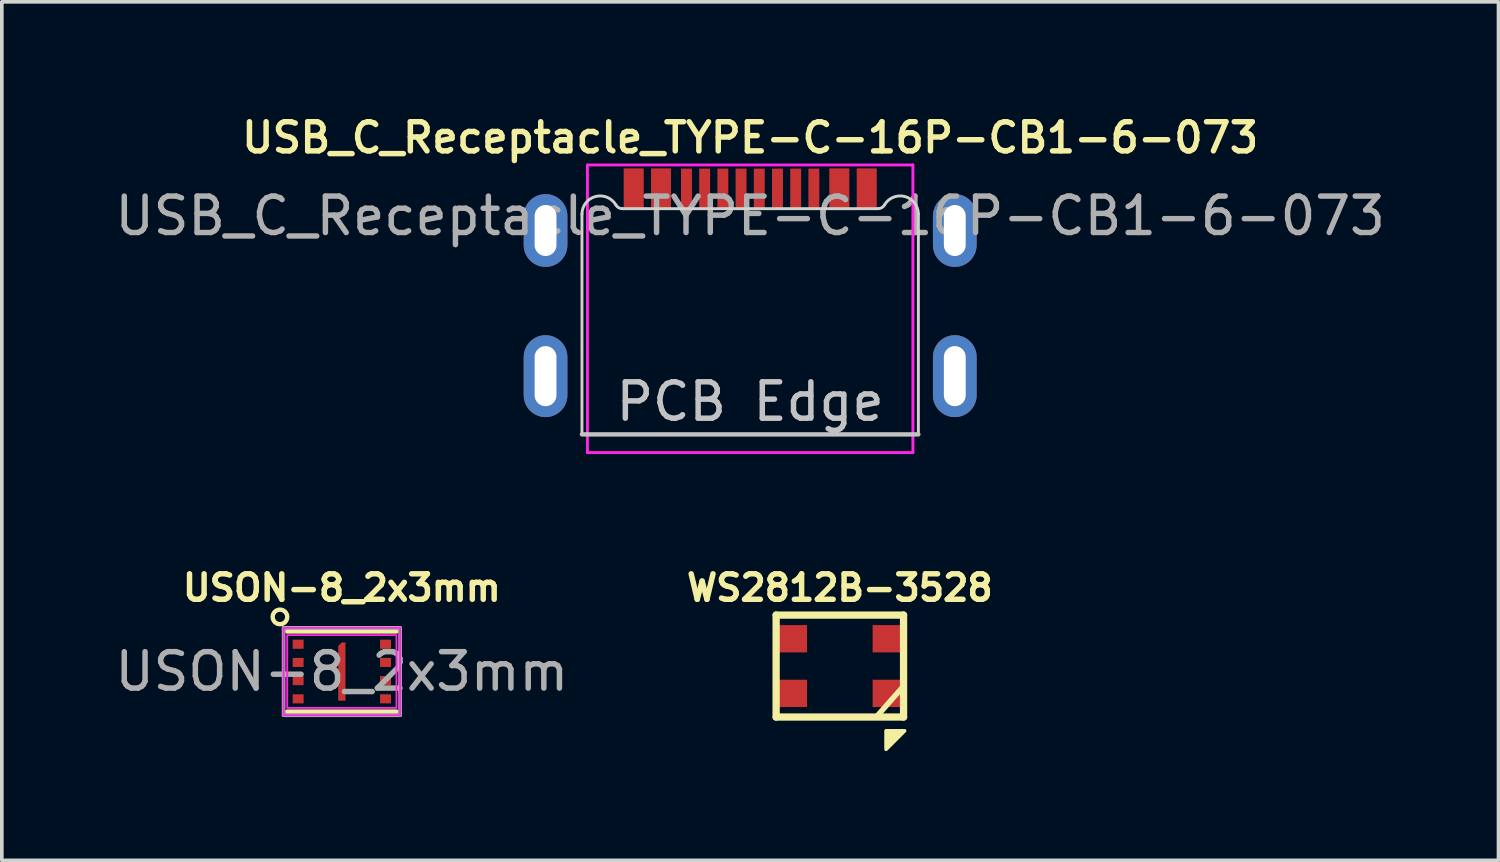
<source format=kicad_pcb>
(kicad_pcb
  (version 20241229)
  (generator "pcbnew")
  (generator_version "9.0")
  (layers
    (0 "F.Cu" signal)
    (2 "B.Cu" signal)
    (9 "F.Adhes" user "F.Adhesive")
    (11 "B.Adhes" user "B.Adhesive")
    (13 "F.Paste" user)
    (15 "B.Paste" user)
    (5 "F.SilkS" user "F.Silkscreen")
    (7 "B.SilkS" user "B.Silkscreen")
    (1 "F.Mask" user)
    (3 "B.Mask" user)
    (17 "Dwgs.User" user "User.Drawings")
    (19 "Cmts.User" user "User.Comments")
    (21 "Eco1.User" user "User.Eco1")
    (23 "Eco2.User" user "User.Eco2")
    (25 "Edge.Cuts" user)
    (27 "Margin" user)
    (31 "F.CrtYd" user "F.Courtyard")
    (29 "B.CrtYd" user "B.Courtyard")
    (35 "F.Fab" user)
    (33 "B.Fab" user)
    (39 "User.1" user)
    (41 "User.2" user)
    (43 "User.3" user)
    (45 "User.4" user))
  (footprint "WS2812B-3528"
    (layer "F.Cu")
    (at 20.017 15.244)
    (property "Reference" "WS2812B-3528" (at 0 -2.15 0) (layer "F.SilkS") (effects (font (size 0.7 0.7) (thickness 0.15) (bold yes))))
    (attr smd)
    (fp_line (start -1.75 -1.4) (end -1.75 1.4) (stroke (width 0.2) (type default)) (layer "F.SilkS"))
    (fp_line (start -1.75 -1.4) (end 1.75 -1.4) (stroke (width 0.2) (type solid)) (layer "F.SilkS"))
    (fp_line (start -1.75 1.4) (end 1.75 1.4) (stroke (width 0.2) (type solid)) (layer "F.SilkS"))
    (fp_line (start 1 1.4) (end 1.75 0.55) (stroke (width 0.15) (type solid)) (layer "F.SilkS"))
    (fp_line (start 1.75 -1.4) (end 1.75 1.4) (stroke (width 0.2) (type default)) (layer "F.SilkS"))
    (fp_poly (pts (xy 1.27 2.286) (xy 1.27 1.778) (xy 1.778 1.778)) (stroke (width 0.1) (type solid)) (fill yes) (layer "F.SilkS"))
    (pad "1" smd rect (at -1.35 -0.75) (size 0.9 0.75) (layers "F.Cu" "F.Mask" "F.Paste"))
    (pad "2" smd rect (at -1.35 0.75) (size 0.9 0.75) (layers "F.Cu" "F.Mask" "F.Paste"))
    (pad "3" smd rect (at 1.35 0.75) (size 0.9 0.75) (layers "F.Cu" "F.Mask" "F.Paste"))
    (pad "4" smd rect (at 1.35 -0.75) (size 0.9 0.75) (layers "F.Cu" "F.Mask" "F.Paste")))
  (footprint "USB_C_Receptacle_TYPE-C-16P-CB1-6-073"
    (layer "F.Cu")
    (at 17.554 2.881)
    (property "Reference" "USB_C_Receptacle_TYPE-C-16P-CB1-6-073" (at 0 -2.15 180) (layer "F.SilkS") (effects (font (size 0.8 0.8) (thickness 0.15))))
    (attr smd)
    (fp_line (start -4.62 6) (end 4.62 6) (stroke (width 0.12) (type solid)) (layer "Dwgs.User"))
    (fp_line (start -4.62 -0.05) (end -4.62 6) (stroke (width 0.08) (type solid)) (layer "Edge.Cuts"))
    (fp_line (start -3.514 -0.2) (end 3.514 -0.2) (stroke (width 0.08) (type solid)) (layer "Edge.Cuts"))
    (fp_line (start 4.62 -0.05) (end 4.62 6) (stroke (width 0.08) (type solid)) (layer "Edge.Cuts"))
    (fp_arc (start -4.62 -0.05) (mid -4.249409 -0.532963) (end -3.686987 -0.3) (stroke (width 0.08) (type solid)) (layer "Edge.Cuts"))
    (fp_arc (start -3.513782 -0.2) (mid -3.613782 -0.226795) (end -3.686987 -0.3) (stroke (width 0.08) (type solid)) (layer "Edge.Cuts"))
    (fp_arc (start 3.686987 -0.3) (mid 3.613782 -0.226795) (end 3.513782 -0.2) (stroke (width 0.08) (type solid)) (layer "Edge.Cuts"))
    (fp_arc (start 3.686987 -0.3) (mid 4.24941 -0.532963) (end 4.62 -0.05) (stroke (width 0.08) (type solid)) (layer "Edge.Cuts"))
    (fp_line (start -4.47 -1.4) (end 4.47 -1.4) (stroke (width 0.08) (type solid)) (layer "F.CrtYd"))
    (fp_line (start -4.47 6.5) (end -4.47 -1.4) (stroke (width 0.08) (type solid)) (layer "F.CrtYd"))
    (fp_line (start 4.47 -1.4) (end 4.47 6.5) (stroke (width 0.08) (type solid)) (layer "F.CrtYd"))
    (fp_line (start 4.47 6.5) (end -4.47 6.5) (stroke (width 0.08) (type solid)) (layer "F.CrtYd"))
    (fp_text user "PCB Edge" (at 0 5.1 0) (layer "Dwgs.User") (effects (font (size 1 1) (thickness 0.15))))
    (fp_text user "${REFERENCE}" (at 0 0 0) (layer "F.Fab") (effects (font (size 1 1) (thickness 0.15))))
    (pad "A1" smd rect (at -3.2 -0.75 180) (size 0.54 1.1) (layers "F.Cu" "F.Mask" "F.Paste"))
    (pad "A4" smd rect (at -2.45 -0.75 180) (size 0.54 1.1) (layers "F.Cu" "F.Mask" "F.Paste"))
    (pad "A5" smd rect (at -1.25 -0.75 180) (size 0.3 1.1) (layers "F.Cu" "F.Mask" "F.Paste"))
    (pad "A6" smd rect (at -0.25 -0.75 180) (size 0.3 1.1) (layers "F.Cu" "F.Mask" "F.Paste"))
    (pad "A7" smd rect (at 0.25 -0.75 180) (size 0.3 1.1) (layers "F.Cu" "F.Mask" "F.Paste"))
    (pad "A8" smd rect (at 1.25 -0.75 180) (size 0.3 1.1) (layers "F.Cu" "F.Mask" "F.Paste"))
    (pad "A9" smd rect (at 2.45 -0.75 180) (size 0.54 1.1) (layers "F.Cu" "F.Mask" "F.Paste"))
    (pad "A12" smd rect (at 3.2 -0.75 180) (size 0.54 1.1) (layers "F.Cu" "F.Mask" "F.Paste"))
    (pad "B1" smd rect (at 3.2 -0.75 180) (size 0.54 1.1) (layers "F.Cu" "F.Mask" "F.Paste"))
    (pad "B4" smd rect (at 2.45 -0.75 180) (size 0.54 1.1) (layers "F.Cu" "F.Mask" "F.Paste"))
    (pad "B5" smd rect (at 1.75 -0.75 180) (size 0.3 1.1) (layers "F.Cu" "F.Mask" "F.Paste"))
    (pad "B6" smd rect (at 0.75 -0.75 180) (size 0.3 1.1) (layers "F.Cu" "F.Mask" "F.Paste"))
    (pad "B7" smd rect (at -0.75 -0.75 180) (size 0.3 1.1) (layers "F.Cu" "F.Mask" "F.Paste"))
    (pad "B8" smd rect (at -1.75 -0.75 180) (size 0.3 1.1) (layers "F.Cu" "F.Mask" "F.Paste"))
    (pad "B9" smd rect (at -2.45 -0.75 180) (size 0.54 1.1) (layers "F.Cu" "F.Mask" "F.Paste"))
    (pad "B12" smd rect (at -3.2 -0.75 180) (size 0.54 1.1) (layers "F.Cu" "F.Mask" "F.Paste"))
    (pad "S1" thru_hole oval (at -5.62 0.4 180) (size 1.2 2) (drill oval 0.6 1.4) (layers "*.Cu" "*.Mask"))
    (pad "S1" thru_hole oval (at -5.62 4.4 180) (size 1.2 2.25) (drill oval 0.6 1.65) (layers "*.Cu" "*.Mask"))
    (pad "S1" thru_hole oval (at 5.62 0.4 180) (size 1.2 2) (drill oval 0.6 1.4) (layers "*.Cu" "*.Mask"))
    (pad "S1" thru_hole oval (at 5.62 4.4 180) (size 1.2 2.25) (drill oval 0.6 1.65) (layers "*.Cu" "*.Mask")))
  (footprint "USON-8_2x3mm"
    (layer "F.Cu")
    (at 6.339 15.394)
    (property "Reference" "USON-8_2x3mm" (at 0 -2.3 0) (layer "F.SilkS") (effects (font (size 0.7 0.7) (thickness 0.15))))
    (attr smd)
    (fp_line (start -1.5 -1.1) (end 1.5 -1.1) (stroke (width 0.12) (type solid)) (layer "F.SilkS"))
    (fp_line (start -1.5 1.1) (end 1.5 1.1) (stroke (width 0.12) (type solid)) (layer "F.SilkS"))
    (fp_circle (center -1.7 -1.5) (end -1.7 -1.3) (stroke (width 0.12) (type solid)) (fill no) (layer "F.SilkS"))
    (fp_line (start -1.6 -1.2) (end -1.6 1.2) (stroke (width 0.05) (type solid)) (layer "F.CrtYd"))
    (fp_line (start -1.6 1.2) (end 1.6 1.2) (stroke (width 0.05) (type solid)) (layer "F.CrtYd"))
    (fp_line (start 1.6 -1.2) (end -1.6 -1.2) (stroke (width 0.05) (type solid)) (layer "F.CrtYd"))
    (fp_line (start 1.6 1.2) (end 1.6 -1.2) (stroke (width 0.05) (type solid)) (layer "F.CrtYd"))
    (fp_rect (start -1.5 -1) (end 1.5 1) (stroke (width 0.05) (type solid)) (fill no) (layer "F.CrtYd"))
    (fp_line (start -1.6 -1.2) (end 1.6 -1.2) (stroke (width 0.1) (type solid)) (layer "F.Fab"))
    (fp_line (start -1.6 1.2) (end -1.6 -1.2) (stroke (width 0.1) (type solid)) (layer "F.Fab"))
    (fp_line (start 1.6 -1.2) (end 1.6 1.2) (stroke (width 0.1) (type solid)) (layer "F.Fab"))
    (fp_line (start 1.6 1.2) (end -1.6 1.2) (stroke (width 0.1) (type solid)) (layer "F.Fab"))
    (fp_text user "${REFERENCE}" (at 0 0 0) (layer "F.Fab") (effects (font (size 1 1) (thickness 0.15))))
    (pad "1" smd rect (at -1.2 -0.75) (size 0.3 0.25) (layers "F.Cu" "F.Mask" "F.Paste"))
    (pad "2" smd rect (at -1.2 -0.25) (size 0.3 0.25) (layers "F.Cu" "F.Mask" "F.Paste"))
    (pad "3" smd rect (at -1.2 0.25) (size 0.3 0.25) (layers "F.Cu" "F.Mask" "F.Paste"))
    (pad "4" smd rect (at -1.2 0.75) (size 0.3 0.25) (layers "F.Cu" "F.Mask" "F.Paste"))
    (pad "5" smd rect (at 1.2 0.75) (size 0.3 0.25) (layers "F.Cu" "F.Mask" "F.Paste"))
    (pad "6" smd rect (at 1.2 0.25) (size 0.3 0.25) (layers "F.Cu" "F.Mask" "F.Paste"))
    (pad "7" smd rect (at 1.2 -0.25) (size 0.3 0.25) (layers "F.Cu" "F.Mask" "F.Paste"))
    (pad "8" smd rect (at 1.2 -0.75) (size 0.3 0.25) (layers "F.Cu" "F.Mask" "F.Paste"))
    (pad "9" smd roundrect (at 0 0) (size 0.2 1.6) (layers "F.Cu" "F.Mask" "F.Paste") (roundrect_rratio 0) (chamfer_ratio 0.5) (chamfer top_left)))
  (gr_rect
    (start -3 -3)
    (end 38.107 20.58)
    (stroke (width 0.1) (type default))
    (fill no)
    (layer "Edge.Cuts")))
</source>
